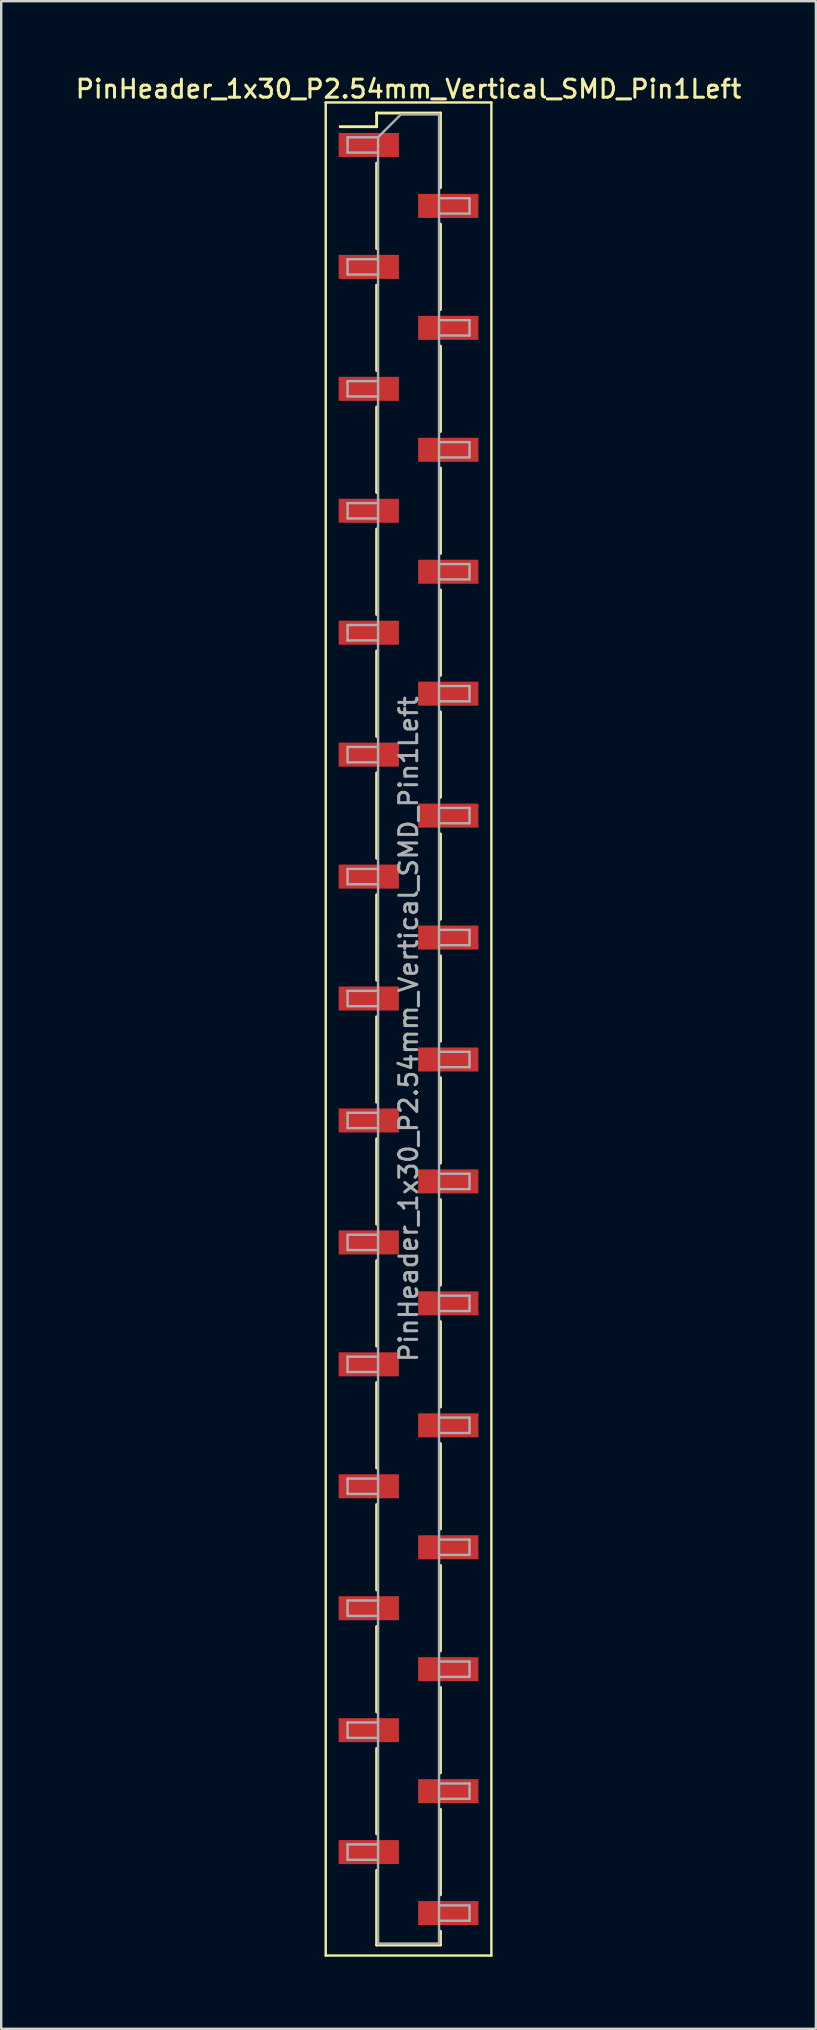
<source format=kicad_pcb>
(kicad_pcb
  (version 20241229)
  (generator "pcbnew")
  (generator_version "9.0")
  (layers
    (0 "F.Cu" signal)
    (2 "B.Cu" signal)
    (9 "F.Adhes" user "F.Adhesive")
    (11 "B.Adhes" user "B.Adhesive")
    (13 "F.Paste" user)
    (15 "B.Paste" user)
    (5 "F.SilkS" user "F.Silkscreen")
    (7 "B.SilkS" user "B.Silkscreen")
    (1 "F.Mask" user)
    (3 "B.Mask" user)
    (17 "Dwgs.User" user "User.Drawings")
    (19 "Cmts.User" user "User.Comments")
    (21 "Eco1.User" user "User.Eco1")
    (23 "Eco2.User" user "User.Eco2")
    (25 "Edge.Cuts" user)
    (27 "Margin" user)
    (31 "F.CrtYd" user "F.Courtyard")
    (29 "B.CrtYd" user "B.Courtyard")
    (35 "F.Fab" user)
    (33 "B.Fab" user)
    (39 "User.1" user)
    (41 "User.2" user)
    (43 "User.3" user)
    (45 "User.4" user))
  (footprint "PinHeader_1x30_P2.54mm_Vertical_SMD_Pin1Left"
    (layer "F.Cu")
    (at 13.97 39.818)
    (property "Reference" "PinHeader_1x30_P2.54mm_Vertical_SMD_Pin1Left" (at 0 -39.16 0) (layer "F.SilkS") (effects (font (size 0.75 0.75) (thickness 0.125))))
    (attr smd)
    (fp_line (start -3.45 -38.6) (end -3.45 38.6) (stroke (width 0.1) (type solid)) (layer "F.SilkS"))
    (fp_line (start -3.45 38.6) (end 3.45 38.6) (stroke (width 0.1) (type solid)) (layer "F.SilkS"))
    (fp_line (start -1.33 -38.16) (end -1.33 -37.59) (stroke (width 0.12) (type solid)) (layer "F.SilkS"))
    (fp_line (start -1.33 -38.16) (end 1.33 -38.16) (stroke (width 0.12) (type solid)) (layer "F.SilkS"))
    (fp_line (start -1.33 -37.59) (end -2.85 -37.59) (stroke (width 0.12) (type solid)) (layer "F.SilkS"))
    (fp_line (start -1.33 -36.07) (end -1.33 -32.51) (stroke (width 0.12) (type solid)) (layer "F.SilkS"))
    (fp_line (start -1.33 -30.99) (end -1.33 -27.43) (stroke (width 0.12) (type solid)) (layer "F.SilkS"))
    (fp_line (start -1.33 -25.91) (end -1.33 -22.35) (stroke (width 0.12) (type solid)) (layer "F.SilkS"))
    (fp_line (start -1.33 -20.83) (end -1.33 -17.27) (stroke (width 0.12) (type solid)) (layer "F.SilkS"))
    (fp_line (start -1.33 -15.75) (end -1.33 -12.19) (stroke (width 0.12) (type solid)) (layer "F.SilkS"))
    (fp_line (start -1.33 -10.67) (end -1.33 -7.11) (stroke (width 0.12) (type solid)) (layer "F.SilkS"))
    (fp_line (start -1.33 -5.59) (end -1.33 -2.03) (stroke (width 0.12) (type solid)) (layer "F.SilkS"))
    (fp_line (start -1.33 -0.51) (end -1.33 3.05) (stroke (width 0.12) (type solid)) (layer "F.SilkS"))
    (fp_line (start -1.33 4.57) (end -1.33 8.13) (stroke (width 0.12) (type solid)) (layer "F.SilkS"))
    (fp_line (start -1.33 9.65) (end -1.33 13.21) (stroke (width 0.12) (type solid)) (layer "F.SilkS"))
    (fp_line (start -1.33 14.73) (end -1.33 18.29) (stroke (width 0.12) (type solid)) (layer "F.SilkS"))
    (fp_line (start -1.33 19.81) (end -1.33 23.37) (stroke (width 0.12) (type solid)) (layer "F.SilkS"))
    (fp_line (start -1.33 24.89) (end -1.33 28.45) (stroke (width 0.12) (type solid)) (layer "F.SilkS"))
    (fp_line (start -1.33 29.97) (end -1.33 33.53) (stroke (width 0.12) (type solid)) (layer "F.SilkS"))
    (fp_line (start -1.33 35.05) (end -1.33 38.16) (stroke (width 0.12) (type solid)) (layer "F.SilkS"))
    (fp_line (start -1.33 38.16) (end 1.33 38.16) (stroke (width 0.12) (type solid)) (layer "F.SilkS"))
    (fp_line (start 1.33 -38.16) (end 1.33 -35.05) (stroke (width 0.12) (type solid)) (layer "F.SilkS"))
    (fp_line (start 1.33 -33.53) (end 1.33 -29.97) (stroke (width 0.12) (type solid)) (layer "F.SilkS"))
    (fp_line (start 1.33 -28.45) (end 1.33 -24.89) (stroke (width 0.12) (type solid)) (layer "F.SilkS"))
    (fp_line (start 1.33 -23.37) (end 1.33 -19.81) (stroke (width 0.12) (type solid)) (layer "F.SilkS"))
    (fp_line (start 1.33 -18.29) (end 1.33 -14.73) (stroke (width 0.12) (type solid)) (layer "F.SilkS"))
    (fp_line (start 1.33 -13.21) (end 1.33 -9.65) (stroke (width 0.12) (type solid)) (layer "F.SilkS"))
    (fp_line (start 1.33 -8.13) (end 1.33 -4.57) (stroke (width 0.12) (type solid)) (layer "F.SilkS"))
    (fp_line (start 1.33 -3.05) (end 1.33 0.51) (stroke (width 0.12) (type solid)) (layer "F.SilkS"))
    (fp_line (start 1.33 2.03) (end 1.33 5.59) (stroke (width 0.12) (type solid)) (layer "F.SilkS"))
    (fp_line (start 1.33 7.11) (end 1.33 10.67) (stroke (width 0.12) (type solid)) (layer "F.SilkS"))
    (fp_line (start 1.33 12.19) (end 1.33 15.75) (stroke (width 0.12) (type solid)) (layer "F.SilkS"))
    (fp_line (start 1.33 17.27) (end 1.33 20.83) (stroke (width 0.12) (type solid)) (layer "F.SilkS"))
    (fp_line (start 1.33 22.35) (end 1.33 25.91) (stroke (width 0.12) (type solid)) (layer "F.SilkS"))
    (fp_line (start 1.33 27.43) (end 1.33 30.99) (stroke (width 0.12) (type solid)) (layer "F.SilkS"))
    (fp_line (start 1.33 32.51) (end 1.33 36.07) (stroke (width 0.12) (type solid)) (layer "F.SilkS"))
    (fp_line (start 1.33 37.59) (end 1.33 38.16) (stroke (width 0.12) (type solid)) (layer "F.SilkS"))
    (fp_line (start 3.45 -38.6) (end -3.45 -38.6) (stroke (width 0.1) (type solid)) (layer "F.SilkS"))
    (fp_line (start 3.45 38.6) (end 3.45 -38.6) (stroke (width 0.1) (type solid)) (layer "F.SilkS"))
    (fp_line (start -2.54 -37.15) (end -2.54 -36.51) (stroke (width 0.1) (type solid)) (layer "F.Fab"))
    (fp_line (start -2.54 -36.51) (end -1.27 -36.51) (stroke (width 0.1) (type solid)) (layer "F.Fab"))
    (fp_line (start -2.54 -32.07) (end -2.54 -31.43) (stroke (width 0.1) (type solid)) (layer "F.Fab"))
    (fp_line (start -2.54 -31.43) (end -1.27 -31.43) (stroke (width 0.1) (type solid)) (layer "F.Fab"))
    (fp_line (start -2.54 -26.99) (end -2.54 -26.35) (stroke (width 0.1) (type solid)) (layer "F.Fab"))
    (fp_line (start -2.54 -26.35) (end -1.27 -26.35) (stroke (width 0.1) (type solid)) (layer "F.Fab"))
    (fp_line (start -2.54 -21.91) (end -2.54 -21.27) (stroke (width 0.1) (type solid)) (layer "F.Fab"))
    (fp_line (start -2.54 -21.27) (end -1.27 -21.27) (stroke (width 0.1) (type solid)) (layer "F.Fab"))
    (fp_line (start -2.54 -16.83) (end -2.54 -16.19) (stroke (width 0.1) (type solid)) (layer "F.Fab"))
    (fp_line (start -2.54 -16.19) (end -1.27 -16.19) (stroke (width 0.1) (type solid)) (layer "F.Fab"))
    (fp_line (start -2.54 -11.75) (end -2.54 -11.11) (stroke (width 0.1) (type solid)) (layer "F.Fab"))
    (fp_line (start -2.54 -11.11) (end -1.27 -11.11) (stroke (width 0.1) (type solid)) (layer "F.Fab"))
    (fp_line (start -2.54 -6.67) (end -2.54 -6.03) (stroke (width 0.1) (type solid)) (layer "F.Fab"))
    (fp_line (start -2.54 -6.03) (end -1.27 -6.03) (stroke (width 0.1) (type solid)) (layer "F.Fab"))
    (fp_line (start -2.54 -1.59) (end -2.54 -0.95) (stroke (width 0.1) (type solid)) (layer "F.Fab"))
    (fp_line (start -2.54 -0.95) (end -1.27 -0.95) (stroke (width 0.1) (type solid)) (layer "F.Fab"))
    (fp_line (start -2.54 3.49) (end -2.54 4.13) (stroke (width 0.1) (type solid)) (layer "F.Fab"))
    (fp_line (start -2.54 4.13) (end -1.27 4.13) (stroke (width 0.1) (type solid)) (layer "F.Fab"))
    (fp_line (start -2.54 8.57) (end -2.54 9.21) (stroke (width 0.1) (type solid)) (layer "F.Fab"))
    (fp_line (start -2.54 9.21) (end -1.27 9.21) (stroke (width 0.1) (type solid)) (layer "F.Fab"))
    (fp_line (start -2.54 13.65) (end -2.54 14.29) (stroke (width 0.1) (type solid)) (layer "F.Fab"))
    (fp_line (start -2.54 14.29) (end -1.27 14.29) (stroke (width 0.1) (type solid)) (layer "F.Fab"))
    (fp_line (start -2.54 18.73) (end -2.54 19.37) (stroke (width 0.1) (type solid)) (layer "F.Fab"))
    (fp_line (start -2.54 19.37) (end -1.27 19.37) (stroke (width 0.1) (type solid)) (layer "F.Fab"))
    (fp_line (start -2.54 23.81) (end -2.54 24.45) (stroke (width 0.1) (type solid)) (layer "F.Fab"))
    (fp_line (start -2.54 24.45) (end -1.27 24.45) (stroke (width 0.1) (type solid)) (layer "F.Fab"))
    (fp_line (start -2.54 28.89) (end -2.54 29.53) (stroke (width 0.1) (type solid)) (layer "F.Fab"))
    (fp_line (start -2.54 29.53) (end -1.27 29.53) (stroke (width 0.1) (type solid)) (layer "F.Fab"))
    (fp_line (start -2.54 33.97) (end -2.54 34.61) (stroke (width 0.1) (type solid)) (layer "F.Fab"))
    (fp_line (start -2.54 34.61) (end -1.27 34.61) (stroke (width 0.1) (type solid)) (layer "F.Fab"))
    (fp_line (start -1.27 -37.15) (end -2.54 -37.15) (stroke (width 0.1) (type solid)) (layer "F.Fab"))
    (fp_line (start -1.27 -37.15) (end -0.32 -38.1) (stroke (width 0.1) (type solid)) (layer "F.Fab"))
    (fp_line (start -1.27 -32.07) (end -2.54 -32.07) (stroke (width 0.1) (type solid)) (layer "F.Fab"))
    (fp_line (start -1.27 -26.99) (end -2.54 -26.99) (stroke (width 0.1) (type solid)) (layer "F.Fab"))
    (fp_line (start -1.27 -21.91) (end -2.54 -21.91) (stroke (width 0.1) (type solid)) (layer "F.Fab"))
    (fp_line (start -1.27 -16.83) (end -2.54 -16.83) (stroke (width 0.1) (type solid)) (layer "F.Fab"))
    (fp_line (start -1.27 -11.75) (end -2.54 -11.75) (stroke (width 0.1) (type solid)) (layer "F.Fab"))
    (fp_line (start -1.27 -6.67) (end -2.54 -6.67) (stroke (width 0.1) (type solid)) (layer "F.Fab"))
    (fp_line (start -1.27 -1.59) (end -2.54 -1.59) (stroke (width 0.1) (type solid)) (layer "F.Fab"))
    (fp_line (start -1.27 3.49) (end -2.54 3.49) (stroke (width 0.1) (type solid)) (layer "F.Fab"))
    (fp_line (start -1.27 8.57) (end -2.54 8.57) (stroke (width 0.1) (type solid)) (layer "F.Fab"))
    (fp_line (start -1.27 13.65) (end -2.54 13.65) (stroke (width 0.1) (type solid)) (layer "F.Fab"))
    (fp_line (start -1.27 18.73) (end -2.54 18.73) (stroke (width 0.1) (type solid)) (layer "F.Fab"))
    (fp_line (start -1.27 23.81) (end -2.54 23.81) (stroke (width 0.1) (type solid)) (layer "F.Fab"))
    (fp_line (start -1.27 28.89) (end -2.54 28.89) (stroke (width 0.1) (type solid)) (layer "F.Fab"))
    (fp_line (start -1.27 33.97) (end -2.54 33.97) (stroke (width 0.1) (type solid)) (layer "F.Fab"))
    (fp_line (start -1.27 38.1) (end -1.27 -37.15) (stroke (width 0.1) (type solid)) (layer "F.Fab"))
    (fp_line (start -0.32 -38.1) (end 1.27 -38.1) (stroke (width 0.1) (type solid)) (layer "F.Fab"))
    (fp_line (start 1.27 -38.1) (end 1.27 38.1) (stroke (width 0.1) (type solid)) (layer "F.Fab"))
    (fp_line (start 1.27 -34.61) (end 2.54 -34.61) (stroke (width 0.1) (type solid)) (layer "F.Fab"))
    (fp_line (start 1.27 -29.53) (end 2.54 -29.53) (stroke (width 0.1) (type solid)) (layer "F.Fab"))
    (fp_line (start 1.27 -24.45) (end 2.54 -24.45) (stroke (width 0.1) (type solid)) (layer "F.Fab"))
    (fp_line (start 1.27 -19.37) (end 2.54 -19.37) (stroke (width 0.1) (type solid)) (layer "F.Fab"))
    (fp_line (start 1.27 -14.29) (end 2.54 -14.29) (stroke (width 0.1) (type solid)) (layer "F.Fab"))
    (fp_line (start 1.27 -9.21) (end 2.54 -9.21) (stroke (width 0.1) (type solid)) (layer "F.Fab"))
    (fp_line (start 1.27 -4.13) (end 2.54 -4.13) (stroke (width 0.1) (type solid)) (layer "F.Fab"))
    (fp_line (start 1.27 0.95) (end 2.54 0.95) (stroke (width 0.1) (type solid)) (layer "F.Fab"))
    (fp_line (start 1.27 6.03) (end 2.54 6.03) (stroke (width 0.1) (type solid)) (layer "F.Fab"))
    (fp_line (start 1.27 11.11) (end 2.54 11.11) (stroke (width 0.1) (type solid)) (layer "F.Fab"))
    (fp_line (start 1.27 16.19) (end 2.54 16.19) (stroke (width 0.1) (type solid)) (layer "F.Fab"))
    (fp_line (start 1.27 21.27) (end 2.54 21.27) (stroke (width 0.1) (type solid)) (layer "F.Fab"))
    (fp_line (start 1.27 26.35) (end 2.54 26.35) (stroke (width 0.1) (type solid)) (layer "F.Fab"))
    (fp_line (start 1.27 31.43) (end 2.54 31.43) (stroke (width 0.1) (type solid)) (layer "F.Fab"))
    (fp_line (start 1.27 36.51) (end 2.54 36.51) (stroke (width 0.1) (type solid)) (layer "F.Fab"))
    (fp_line (start 1.27 38.1) (end -1.27 38.1) (stroke (width 0.1) (type solid)) (layer "F.Fab"))
    (fp_line (start 2.54 -34.61) (end 2.54 -33.97) (stroke (width 0.1) (type solid)) (layer "F.Fab"))
    (fp_line (start 2.54 -33.97) (end 1.27 -33.97) (stroke (width 0.1) (type solid)) (layer "F.Fab"))
    (fp_line (start 2.54 -29.53) (end 2.54 -28.89) (stroke (width 0.1) (type solid)) (layer "F.Fab"))
    (fp_line (start 2.54 -28.89) (end 1.27 -28.89) (stroke (width 0.1) (type solid)) (layer "F.Fab"))
    (fp_line (start 2.54 -24.45) (end 2.54 -23.81) (stroke (width 0.1) (type solid)) (layer "F.Fab"))
    (fp_line (start 2.54 -23.81) (end 1.27 -23.81) (stroke (width 0.1) (type solid)) (layer "F.Fab"))
    (fp_line (start 2.54 -19.37) (end 2.54 -18.73) (stroke (width 0.1) (type solid)) (layer "F.Fab"))
    (fp_line (start 2.54 -18.73) (end 1.27 -18.73) (stroke (width 0.1) (type solid)) (layer "F.Fab"))
    (fp_line (start 2.54 -14.29) (end 2.54 -13.65) (stroke (width 0.1) (type solid)) (layer "F.Fab"))
    (fp_line (start 2.54 -13.65) (end 1.27 -13.65) (stroke (width 0.1) (type solid)) (layer "F.Fab"))
    (fp_line (start 2.54 -9.21) (end 2.54 -8.57) (stroke (width 0.1) (type solid)) (layer "F.Fab"))
    (fp_line (start 2.54 -8.57) (end 1.27 -8.57) (stroke (width 0.1) (type solid)) (layer "F.Fab"))
    (fp_line (start 2.54 -4.13) (end 2.54 -3.49) (stroke (width 0.1) (type solid)) (layer "F.Fab"))
    (fp_line (start 2.54 -3.49) (end 1.27 -3.49) (stroke (width 0.1) (type solid)) (layer "F.Fab"))
    (fp_line (start 2.54 0.95) (end 2.54 1.59) (stroke (width 0.1) (type solid)) (layer "F.Fab"))
    (fp_line (start 2.54 1.59) (end 1.27 1.59) (stroke (width 0.1) (type solid)) (layer "F.Fab"))
    (fp_line (start 2.54 6.03) (end 2.54 6.67) (stroke (width 0.1) (type solid)) (layer "F.Fab"))
    (fp_line (start 2.54 6.67) (end 1.27 6.67) (stroke (width 0.1) (type solid)) (layer "F.Fab"))
    (fp_line (start 2.54 11.11) (end 2.54 11.75) (stroke (width 0.1) (type solid)) (layer "F.Fab"))
    (fp_line (start 2.54 11.75) (end 1.27 11.75) (stroke (width 0.1) (type solid)) (layer "F.Fab"))
    (fp_line (start 2.54 16.19) (end 2.54 16.83) (stroke (width 0.1) (type solid)) (layer "F.Fab"))
    (fp_line (start 2.54 16.83) (end 1.27 16.83) (stroke (width 0.1) (type solid)) (layer "F.Fab"))
    (fp_line (start 2.54 21.27) (end 2.54 21.91) (stroke (width 0.1) (type solid)) (layer "F.Fab"))
    (fp_line (start 2.54 21.91) (end 1.27 21.91) (stroke (width 0.1) (type solid)) (layer "F.Fab"))
    (fp_line (start 2.54 26.35) (end 2.54 26.99) (stroke (width 0.1) (type solid)) (layer "F.Fab"))
    (fp_line (start 2.54 26.99) (end 1.27 26.99) (stroke (width 0.1) (type solid)) (layer "F.Fab"))
    (fp_line (start 2.54 31.43) (end 2.54 32.07) (stroke (width 0.1) (type solid)) (layer "F.Fab"))
    (fp_line (start 2.54 32.07) (end 1.27 32.07) (stroke (width 0.1) (type solid)) (layer "F.Fab"))
    (fp_line (start 2.54 36.51) (end 2.54 37.15) (stroke (width 0.1) (type solid)) (layer "F.Fab"))
    (fp_line (start 2.54 37.15) (end 1.27 37.15) (stroke (width 0.1) (type solid)) (layer "F.Fab"))
    (fp_text user "${REFERENCE}" (at 0 0 90) (layer "F.Fab") (effects (font (size 0.75 0.75) (thickness 0.125))))
    (pad "1" smd rect (at -1.655 -36.83) (size 2.51 1) (layers "F.Cu" "F.Mask" "F.Paste"))
    (pad "2" smd rect (at 1.655 -34.29) (size 2.51 1) (layers "F.Cu" "F.Mask" "F.Paste"))
    (pad "3" smd rect (at -1.655 -31.75) (size 2.51 1) (layers "F.Cu" "F.Mask" "F.Paste"))
    (pad "4" smd rect (at 1.655 -29.21) (size 2.51 1) (layers "F.Cu" "F.Mask" "F.Paste"))
    (pad "5" smd rect (at -1.655 -26.67) (size 2.51 1) (layers "F.Cu" "F.Mask" "F.Paste"))
    (pad "6" smd rect (at 1.655 -24.13) (size 2.51 1) (layers "F.Cu" "F.Mask" "F.Paste"))
    (pad "7" smd rect (at -1.655 -21.59) (size 2.51 1) (layers "F.Cu" "F.Mask" "F.Paste"))
    (pad "8" smd rect (at 1.655 -19.05) (size 2.51 1) (layers "F.Cu" "F.Mask" "F.Paste"))
    (pad "9" smd rect (at -1.655 -16.51) (size 2.51 1) (layers "F.Cu" "F.Mask" "F.Paste"))
    (pad "10" smd rect (at 1.655 -13.97) (size 2.51 1) (layers "F.Cu" "F.Mask" "F.Paste"))
    (pad "11" smd rect (at -1.655 -11.43) (size 2.51 1) (layers "F.Cu" "F.Mask" "F.Paste"))
    (pad "12" smd rect (at 1.655 -8.89) (size 2.51 1) (layers "F.Cu" "F.Mask" "F.Paste"))
    (pad "13" smd rect (at -1.655 -6.35) (size 2.51 1) (layers "F.Cu" "F.Mask" "F.Paste"))
    (pad "14" smd rect (at 1.655 -3.81) (size 2.51 1) (layers "F.Cu" "F.Mask" "F.Paste"))
    (pad "15" smd rect (at -1.655 -1.27) (size 2.51 1) (layers "F.Cu" "F.Mask" "F.Paste"))
    (pad "16" smd rect (at 1.655 1.27) (size 2.51 1) (layers "F.Cu" "F.Mask" "F.Paste"))
    (pad "17" smd rect (at -1.655 3.81) (size 2.51 1) (layers "F.Cu" "F.Mask" "F.Paste"))
    (pad "18" smd rect (at 1.655 6.35) (size 2.51 1) (layers "F.Cu" "F.Mask" "F.Paste"))
    (pad "19" smd rect (at -1.655 8.89) (size 2.51 1) (layers "F.Cu" "F.Mask" "F.Paste"))
    (pad "20" smd rect (at 1.655 11.43) (size 2.51 1) (layers "F.Cu" "F.Mask" "F.Paste"))
    (pad "21" smd rect (at -1.655 13.97) (size 2.51 1) (layers "F.Cu" "F.Mask" "F.Paste"))
    (pad "22" smd rect (at 1.655 16.51) (size 2.51 1) (layers "F.Cu" "F.Mask" "F.Paste"))
    (pad "23" smd rect (at -1.655 19.05) (size 2.51 1) (layers "F.Cu" "F.Mask" "F.Paste"))
    (pad "24" smd rect (at 1.655 21.59) (size 2.51 1) (layers "F.Cu" "F.Mask" "F.Paste"))
    (pad "25" smd rect (at -1.655 24.13) (size 2.51 1) (layers "F.Cu" "F.Mask" "F.Paste"))
    (pad "26" smd rect (at 1.655 26.67) (size 2.51 1) (layers "F.Cu" "F.Mask" "F.Paste"))
    (pad "27" smd rect (at -1.655 29.21) (size 2.51 1) (layers "F.Cu" "F.Mask" "F.Paste"))
    (pad "28" smd rect (at 1.655 31.75) (size 2.51 1) (layers "F.Cu" "F.Mask" "F.Paste"))
    (pad "29" smd rect (at -1.655 34.29) (size 2.51 1) (layers "F.Cu" "F.Mask" "F.Paste"))
    (pad "30" smd rect (at 1.655 36.83) (size 2.51 1) (layers "F.Cu" "F.Mask" "F.Paste")))
  (gr_rect
    (start -3 -3)
    (end 30.939 81.468)
    (stroke (width 0.1) (type default))
    (fill no)
    (layer "Edge.Cuts")))
</source>
